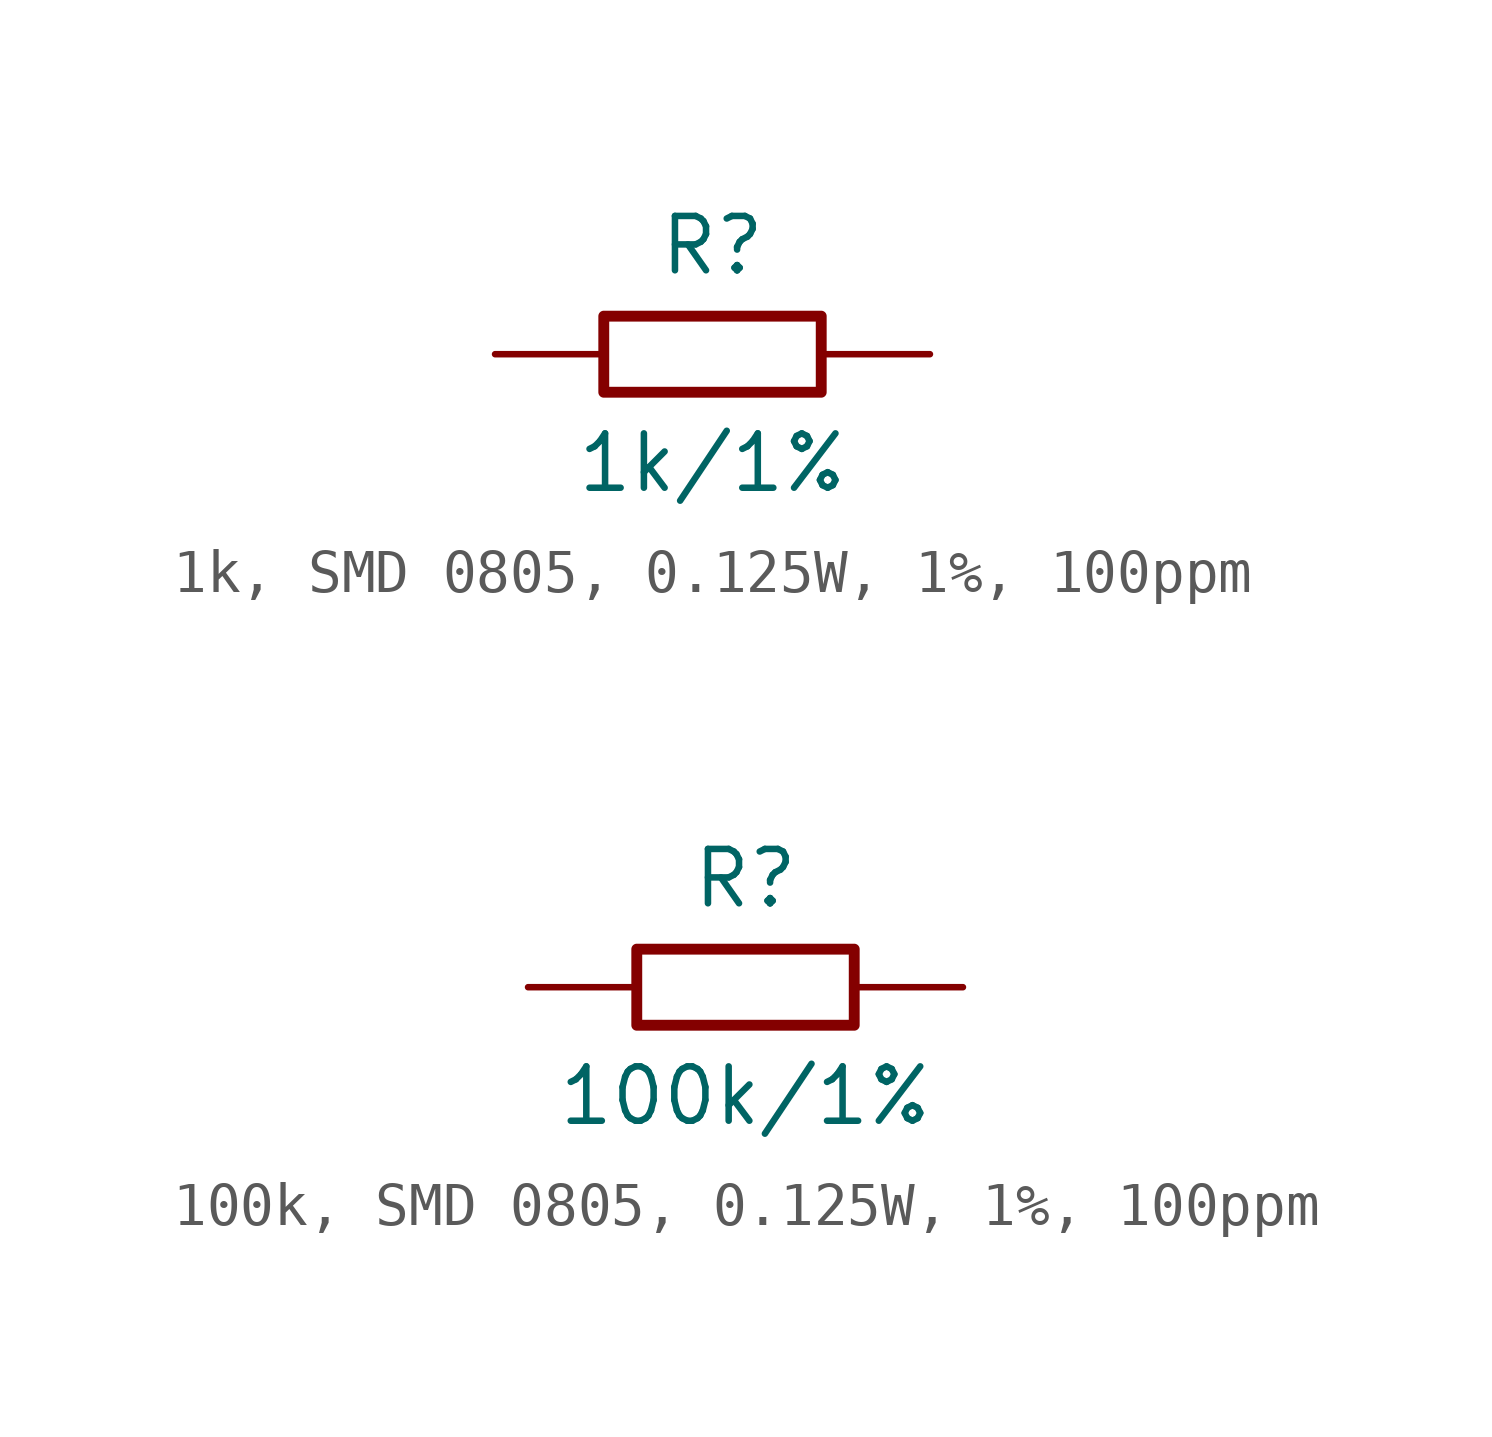
<source format=kicad_sym>
(kicad_symbol_lib
  (version 20241209)
  (generator "kicad_symbol_editor")
  (generator_version "9.0")
  (symbol "1k, SMD 0805, 0.125W, 1%, 100ppm"
    (pin_numbers
      (hide yes))
    (pin_names
      (offset 0)
      (hide yes))
    (property "Reference" "R"
      (at 0 2.54 0)
      (effects (font (size 1.27 1.27))))
    (property "Value" "1k/1%"
      (at 0 -2.54 0)
      (effects (font (size 1.27 1.27))))
    (symbol "1k, SMD 0805, 0.125W, 1%, 100ppm_0_1"
      (rectangle (start -2.54 0.889) (end 2.54 -0.889) (stroke (width 0.254) (type default)) (fill (type none))))
    (symbol "1k, SMD 0805, 0.125W, 1%, 100ppm_1_1"
      (pin passive line (at -5.08 0 0) (length 2.54) (name "1" (effects (font (size 1.27 1.27)))) (number "1" (effects (font (size 1.27 1.27)))))
      (pin passive line (at 5.08 0 180) (length 2.54) (name "2" (effects (font (size 1.27 1.27)))) (number "2" (effects (font (size 1.27 1.27)))))))
  (symbol "100k, SMD 0805, 0.125W, 1%, 100ppm"
    (pin_numbers
      (hide yes))
    (pin_names
      (offset 0)
      (hide yes))
    (property "Reference" "R"
      (at 0 2.54 0)
      (effects (font (size 1.27 1.27))))
    (property "Value" "100k/1%"
      (at 0 -2.54 0)
      (effects (font (size 1.27 1.27))))
    (symbol "100k, SMD 0805, 0.125W, 1%, 100ppm_0_1"
      (rectangle (start -2.54 0.889) (end 2.54 -0.889) (stroke (width 0.254) (type default)) (fill (type none))))
    (symbol "100k, SMD 0805, 0.125W, 1%, 100ppm_1_1"
      (pin passive line (at -5.08 0 0) (length 2.54) (name "1" (effects (font (size 1.27 1.27)))) (number "1" (effects (font (size 1.27 1.27)))))
      (pin passive line (at 5.08 0 180) (length 2.54) (name "2" (effects (font (size 1.27 1.27)))) (number "2" (effects (font (size 1.27 1.27))))))))
</source>
